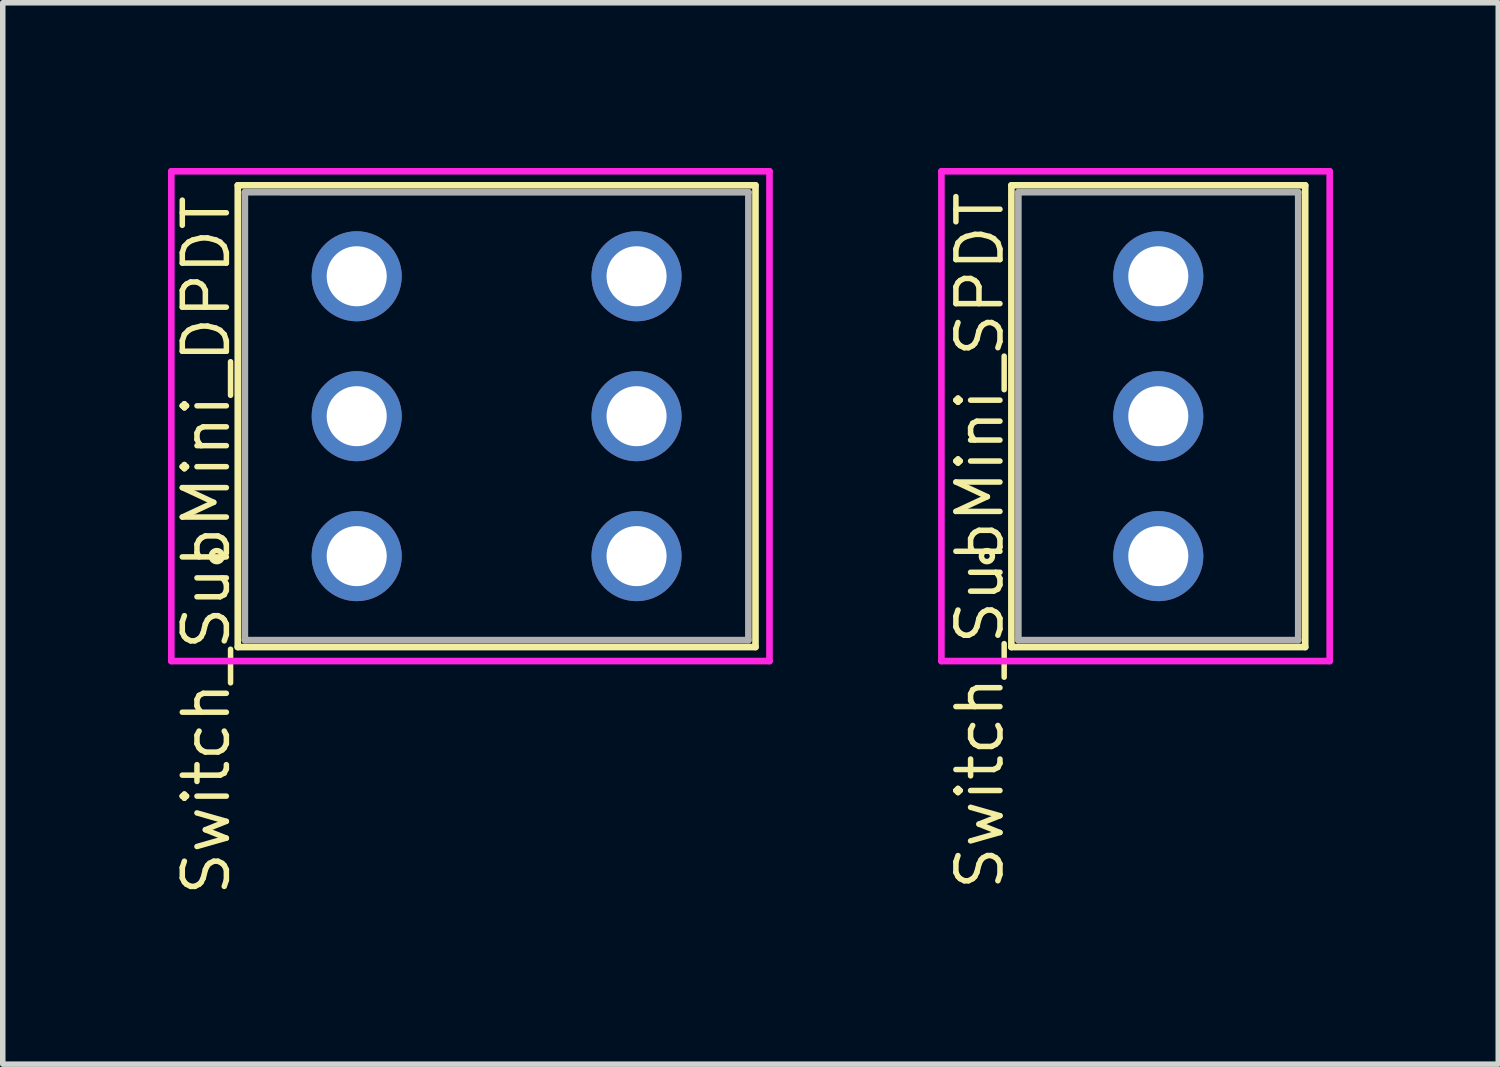
<source format=kicad_pcb>
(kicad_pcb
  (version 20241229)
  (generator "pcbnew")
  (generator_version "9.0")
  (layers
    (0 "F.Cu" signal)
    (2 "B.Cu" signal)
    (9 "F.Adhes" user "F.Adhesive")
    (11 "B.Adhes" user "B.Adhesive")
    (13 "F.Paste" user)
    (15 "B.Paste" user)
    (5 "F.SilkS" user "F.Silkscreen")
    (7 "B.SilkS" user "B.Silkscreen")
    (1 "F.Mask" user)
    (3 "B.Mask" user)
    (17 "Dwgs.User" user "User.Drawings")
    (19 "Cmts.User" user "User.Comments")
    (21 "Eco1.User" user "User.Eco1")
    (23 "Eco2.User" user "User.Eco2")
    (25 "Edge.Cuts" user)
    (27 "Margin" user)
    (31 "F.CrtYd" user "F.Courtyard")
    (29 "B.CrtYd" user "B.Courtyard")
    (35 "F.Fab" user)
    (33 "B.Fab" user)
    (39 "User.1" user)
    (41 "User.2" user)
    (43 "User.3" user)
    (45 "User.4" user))
  (footprint "Switch_SubMini_DPDT"
    (layer "F.Cu")
    (at 5.965 4.505)
    (property "Reference" "Switch_SubMini_DPDT" (at -5.271 -4.064 90) (layer "F.SilkS") (effects (font (size 0.8 0.8) (thickness 0.1)) (justify right)))
    (attr through_hole)
    (fp_line (start -4.699 -4.191) (end 4.699 -4.191) (stroke (width 0.12) (type solid)) (layer "F.SilkS"))
    (fp_line (start -4.699 4.191) (end -4.699 -4.191) (stroke (width 0.12) (type solid)) (layer "F.SilkS"))
    (fp_line (start 4.699 -4.191) (end 4.699 4.191) (stroke (width 0.12) (type solid)) (layer "F.SilkS"))
    (fp_line (start 4.699 4.191) (end -4.699 4.191) (stroke (width 0.12) (type solid)) (layer "F.SilkS"))
    (fp_circle (center -5.08 2.54) (end -4.98 2.54) (stroke (width 0.1) (type solid)) (fill no) (layer "F.SilkS"))
    (fp_line (start -5.905 -4.445) (end 4.953 -4.445) (stroke (width 0.12) (type solid)) (layer "F.CrtYd"))
    (fp_line (start -5.905 4.445) (end -5.905 -4.445) (stroke (width 0.12) (type solid)) (layer "F.CrtYd"))
    (fp_line (start 4.953 -4.445) (end 4.953 4.445) (stroke (width 0.12) (type solid)) (layer "F.CrtYd"))
    (fp_line (start 4.953 4.445) (end -5.905 4.445) (stroke (width 0.12) (type solid)) (layer "F.CrtYd"))
    (fp_line (start -4.57 -4.065) (end 4.572 -4.064) (stroke (width 0.12) (type solid)) (layer "F.Fab"))
    (fp_line (start -4.57 4.065) (end -4.57 -4.065) (stroke (width 0.12) (type solid)) (layer "F.Fab"))
    (fp_line (start 4.57 -4.065) (end 4.57 4.065) (stroke (width 0.12) (type solid)) (layer "F.Fab"))
    (fp_line (start 4.57 4.065) (end -4.57 4.065) (stroke (width 0.12) (type solid)) (layer "F.Fab"))
    (pad "1" thru_hole circle (at -2.54 2.54) (size 1.635 1.635) (drill 1.09) (layers "*.Cu" "*.Mask"))
    (pad "2" thru_hole circle (at -2.54 0) (size 1.635 1.635) (drill 1.09) (layers "*.Cu" "*.Mask"))
    (pad "3" thru_hole circle (at -2.54 -2.54) (size 1.635 1.635) (drill 1.09) (layers "*.Cu" "*.Mask"))
    (pad "4" thru_hole circle (at 2.54 2.54) (size 1.635 1.635) (drill 1.09) (layers "*.Cu" "*.Mask"))
    (pad "5" thru_hole circle (at 2.54 0) (size 1.635 1.635) (drill 1.09) (layers "*.Cu" "*.Mask"))
    (pad "6" thru_hole circle (at 2.54 -2.54) (size 1.635 1.635) (drill 1.09) (layers "*.Cu" "*.Mask")))
  (footprint "Switch_SubMini_SPDT"
    (layer "F.Cu")
    (at 17.976 4.505)
    (property "Reference" "Switch_SubMini_SPDT" (at -3.239 -4.128 90) (layer "F.SilkS") (effects (font (size 0.8 0.8) (thickness 0.1)) (justify right)))
    (attr through_hole)
    (fp_line (start -2.667 -4.191) (end 2.667 -4.191) (stroke (width 0.12) (type solid)) (layer "F.SilkS"))
    (fp_line (start -2.667 4.191) (end -2.667 -4.191) (stroke (width 0.12) (type solid)) (layer "F.SilkS"))
    (fp_line (start 2.667 -4.191) (end 2.667 4.191) (stroke (width 0.12) (type solid)) (layer "F.SilkS"))
    (fp_line (start 2.667 4.191) (end -2.667 4.191) (stroke (width 0.12) (type solid)) (layer "F.SilkS"))
    (fp_circle (center -3.111 2.54) (end -3.011 2.54) (stroke (width 0.1) (type solid)) (fill no) (layer "F.SilkS"))
    (fp_line (start -3.937 -4.445) (end 3.111 -4.445) (stroke (width 0.12) (type solid)) (layer "F.CrtYd"))
    (fp_line (start -3.937 4.445) (end -3.937 -4.445) (stroke (width 0.12) (type solid)) (layer "F.CrtYd"))
    (fp_line (start 3.111 -4.445) (end 3.111 4.445) (stroke (width 0.12) (type solid)) (layer "F.CrtYd"))
    (fp_line (start 3.111 4.445) (end -3.937 4.445) (stroke (width 0.12) (type solid)) (layer "F.CrtYd"))
    (fp_line (start -2.54 -4.065) (end 2.54 -4.065) (stroke (width 0.12) (type solid)) (layer "F.Fab"))
    (fp_line (start -2.54 4.065) (end -2.54 -4.065) (stroke (width 0.12) (type solid)) (layer "F.Fab"))
    (fp_line (start 2.54 -4.065) (end 2.54 4.065) (stroke (width 0.12) (type solid)) (layer "F.Fab"))
    (fp_line (start 2.54 4.065) (end -2.54 4.065) (stroke (width 0.12) (type solid)) (layer "F.Fab"))
    (pad "1" thru_hole circle (at 0 2.54) (size 1.635 1.635) (drill 1.09) (layers "*.Cu" "*.Mask"))
    (pad "2" thru_hole circle (at 0 0) (size 1.635 1.635) (drill 1.09) (layers "*.Cu" "*.Mask"))
    (pad "3" thru_hole circle (at 0 -2.54) (size 1.635 1.635) (drill 1.09) (layers "*.Cu" "*.Mask")))
  (gr_rect
    (start -3 -3)
    (end 24.147 16.267)
    (stroke (width 0.1) (type default))
    (fill no)
    (layer "Edge.Cuts")))
</source>
